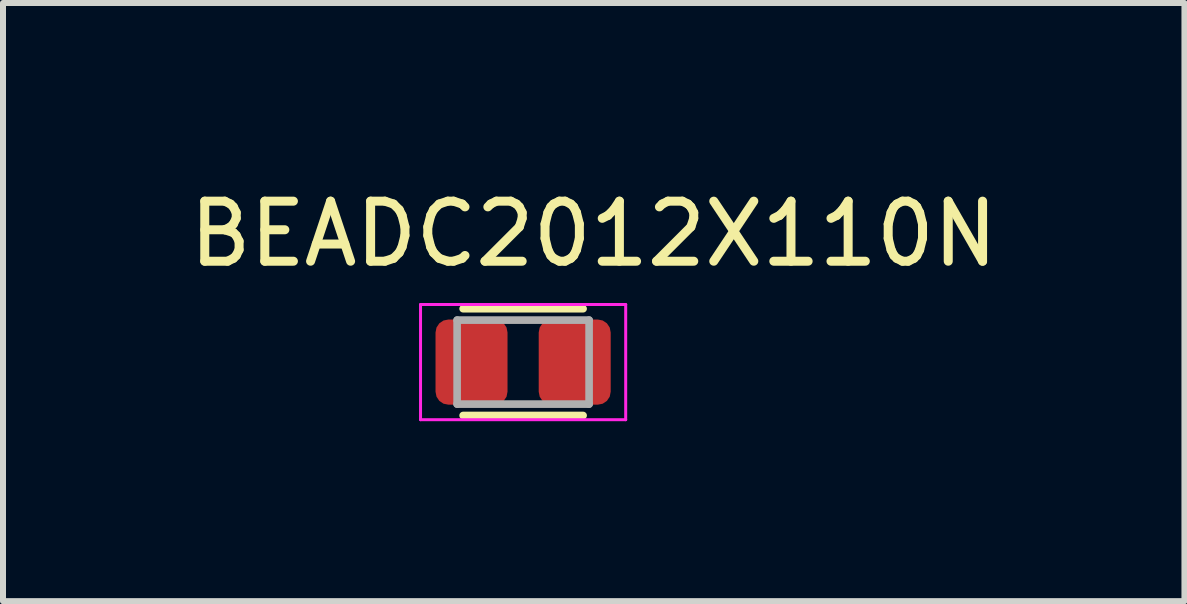
<source format=kicad_pcb>
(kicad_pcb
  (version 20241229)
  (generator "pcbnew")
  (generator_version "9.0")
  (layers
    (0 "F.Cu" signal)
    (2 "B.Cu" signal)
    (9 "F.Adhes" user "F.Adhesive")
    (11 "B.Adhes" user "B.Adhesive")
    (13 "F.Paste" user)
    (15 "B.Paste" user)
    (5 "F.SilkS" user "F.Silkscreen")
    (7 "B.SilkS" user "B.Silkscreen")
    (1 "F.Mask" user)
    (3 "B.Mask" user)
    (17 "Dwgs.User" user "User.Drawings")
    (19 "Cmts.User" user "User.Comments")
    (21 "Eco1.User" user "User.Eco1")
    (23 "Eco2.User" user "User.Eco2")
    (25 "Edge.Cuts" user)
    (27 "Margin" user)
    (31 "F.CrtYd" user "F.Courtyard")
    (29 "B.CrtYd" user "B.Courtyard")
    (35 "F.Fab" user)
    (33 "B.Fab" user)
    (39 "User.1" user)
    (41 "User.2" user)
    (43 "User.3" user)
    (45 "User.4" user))
  (footprint "BEADC2012X110N"
    (layer "F.Cu")
    (at 5.67 2.986)
    (property "Reference" "BEADC2012X110N" (at 1.176 -2.137 0) (layer "F.SilkS") (effects (font (size 1.001 1.001) (thickness 0.15))))
    (attr through_hole)
    (fp_line (start -1 0.89) (end 1 0.89) (stroke (width 0.127) (type solid)) (layer "F.SilkS"))
    (fp_line (start 1 -0.89) (end -1 -0.89) (stroke (width 0.127) (type solid)) (layer "F.SilkS"))
    (fp_line (start -1.71 -0.96) (end 1.71 -0.96) (stroke (width 0.05) (type solid)) (layer "F.CrtYd"))
    (fp_line (start -1.71 0.96) (end -1.71 -0.96) (stroke (width 0.05) (type solid)) (layer "F.CrtYd"))
    (fp_line (start 1.71 -0.96) (end 1.71 0.96) (stroke (width 0.05) (type solid)) (layer "F.CrtYd"))
    (fp_line (start 1.71 0.96) (end -1.71 0.96) (stroke (width 0.05) (type solid)) (layer "F.CrtYd"))
    (fp_line (start -1.1 -0.7) (end -1.1 0.7) (stroke (width 0.127) (type solid)) (layer "F.Fab"))
    (fp_line (start -1.1 0.7) (end 1.1 0.7) (stroke (width 0.127) (type solid)) (layer "F.Fab"))
    (fp_line (start 1.1 -0.7) (end -1.1 -0.7) (stroke (width 0.127) (type solid)) (layer "F.Fab"))
    (fp_line (start 1.1 0.7) (end 1.1 -0.7) (stroke (width 0.127) (type solid)) (layer "F.Fab"))
    (pad "1" smd roundrect (at -0.86 0) (size 1.2 1.42) (layers "F.Cu" "F.Mask" "F.Paste") (roundrect_rratio 0.18))
    (pad "2" smd roundrect (at 0.86 0) (size 1.2 1.42) (layers "F.Cu" "F.Mask" "F.Paste") (roundrect_rratio 0.18)))
  (gr_rect
    (start -3 -3)
    (end 16.694 6.971)
    (stroke (width 0.1) (type default))
    (fill no)
    (layer "Edge.Cuts")))
</source>
